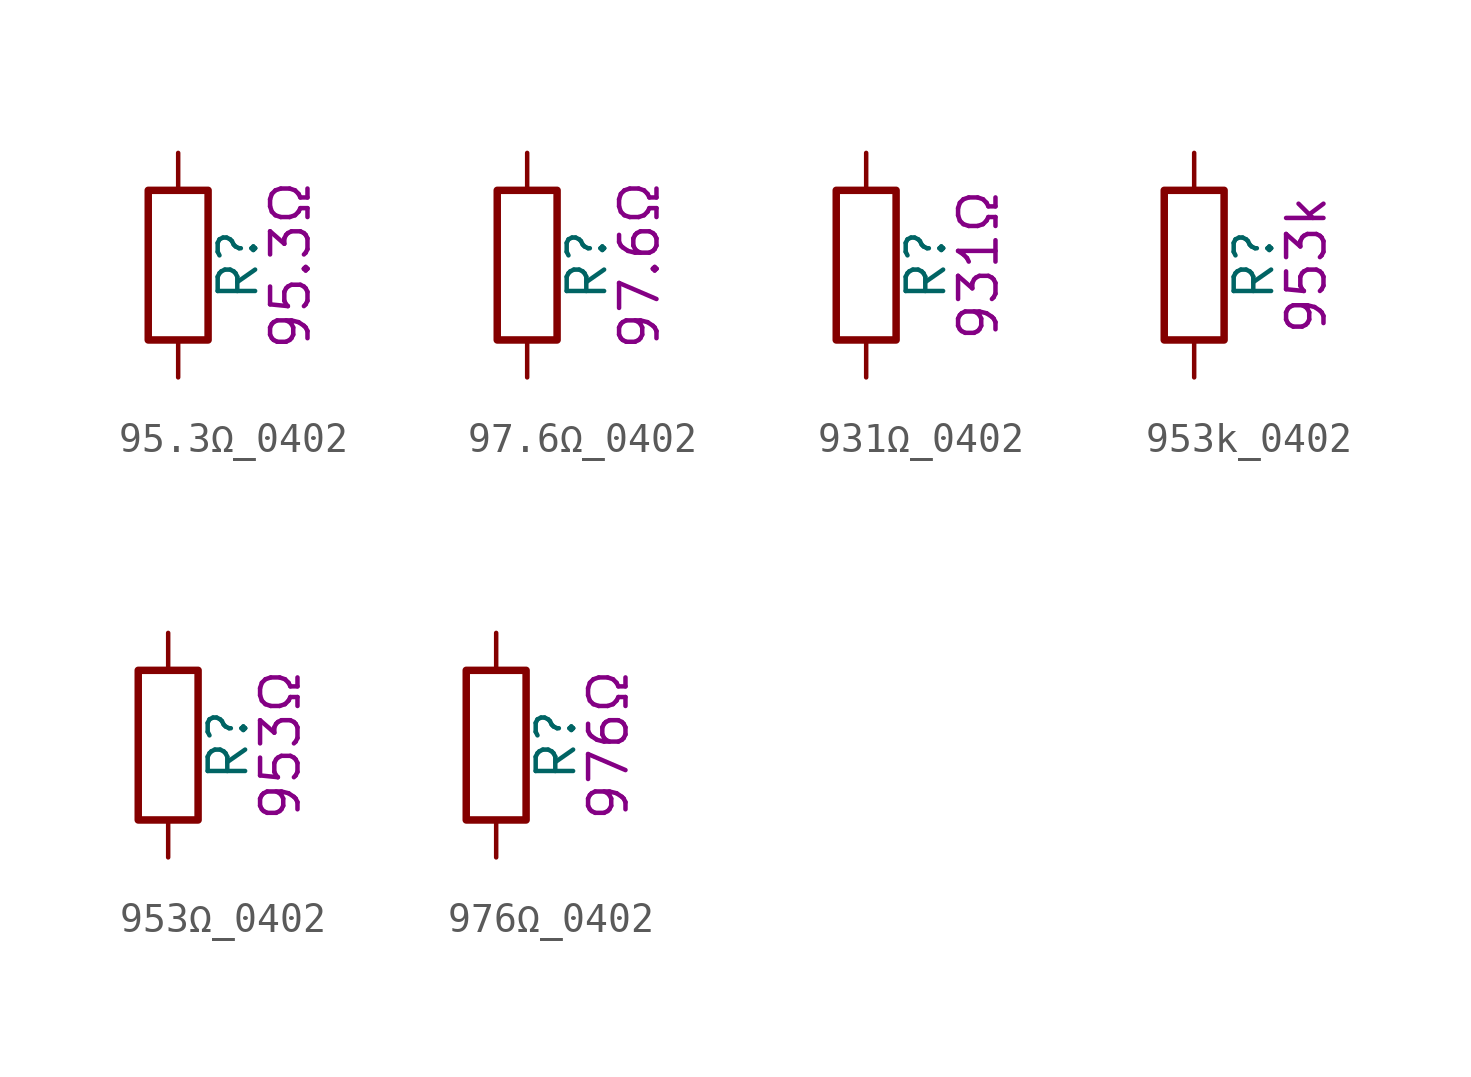
<source format=kicad_sym>
(kicad_symbol_lib
  (version 20211014)
  (generator kicad_symbol_editor)
  (symbol "95.3Ω_0402"
    (pin_numbers hide)
    (pin_names
      (offset 0))
    (property "Reference" "R"
      (at 2.032 0 90)
      (effects (font (size 1.27 1.27))))
    (property "Display" "95.3Ω"
      (at 3.81 0 90)
      (effects (font (size 1.27 1.27))))
    (symbol "95.3Ω_0402_0_1"
      (rectangle (start -1.016 -2.54) (end 1.016 2.54) (stroke (width 0.254) (type default) (color 0 0 0 0)) (fill (type none))))
    (symbol "95.3Ω_0402_1_1"
      (pin passive line (at 0 3.81 270) (length 1.27) (name "~" (effects (font (size 1.27 1.27)))) (number "1" (effects (font (size 1.27 1.27)))))
      (pin passive line (at 0 -3.81 90) (length 1.27) (name "~" (effects (font (size 1.27 1.27)))) (number "2" (effects (font (size 1.27 1.27)))))))
  (symbol "97.6Ω_0402"
    (pin_numbers hide)
    (pin_names
      (offset 0))
    (property "Reference" "R"
      (at 2.032 0 90)
      (effects (font (size 1.27 1.27))))
    (property "Display" "97.6Ω"
      (at 3.81 0 90)
      (effects (font (size 1.27 1.27))))
    (symbol "97.6Ω_0402_0_1"
      (rectangle (start -1.016 -2.54) (end 1.016 2.54) (stroke (width 0.254) (type default) (color 0 0 0 0)) (fill (type none))))
    (symbol "97.6Ω_0402_1_1"
      (pin passive line (at 0 3.81 270) (length 1.27) (name "~" (effects (font (size 1.27 1.27)))) (number "1" (effects (font (size 1.27 1.27)))))
      (pin passive line (at 0 -3.81 90) (length 1.27) (name "~" (effects (font (size 1.27 1.27)))) (number "2" (effects (font (size 1.27 1.27)))))))
  (symbol "931Ω_0402"
    (pin_numbers hide)
    (pin_names
      (offset 0))
    (property "Reference" "R"
      (at 2.032 0 90)
      (effects (font (size 1.27 1.27))))
    (property "Display" "931Ω"
      (at 3.81 0 90)
      (effects (font (size 1.27 1.27))))
    (symbol "931Ω_0402_0_1"
      (rectangle (start -1.016 -2.54) (end 1.016 2.54) (stroke (width 0.254) (type default) (color 0 0 0 0)) (fill (type none))))
    (symbol "931Ω_0402_1_1"
      (pin passive line (at 0 3.81 270) (length 1.27) (name "~" (effects (font (size 1.27 1.27)))) (number "1" (effects (font (size 1.27 1.27)))))
      (pin passive line (at 0 -3.81 90) (length 1.27) (name "~" (effects (font (size 1.27 1.27)))) (number "2" (effects (font (size 1.27 1.27)))))))
  (symbol "953k_0402"
    (pin_numbers hide)
    (pin_names
      (offset 0))
    (property "Reference" "R"
      (at 2.032 0 90)
      (effects (font (size 1.27 1.27))))
    (property "Display" "953k"
      (at 3.81 0 90)
      (effects (font (size 1.27 1.27))))
    (symbol "953k_0402_0_1"
      (rectangle (start -1.016 -2.54) (end 1.016 2.54) (stroke (width 0.254) (type default) (color 0 0 0 0)) (fill (type none))))
    (symbol "953k_0402_1_1"
      (pin passive line (at 0 3.81 270) (length 1.27) (name "~" (effects (font (size 1.27 1.27)))) (number "1" (effects (font (size 1.27 1.27)))))
      (pin passive line (at 0 -3.81 90) (length 1.27) (name "~" (effects (font (size 1.27 1.27)))) (number "2" (effects (font (size 1.27 1.27)))))))
  (symbol "953Ω_0402"
    (pin_numbers hide)
    (pin_names
      (offset 0))
    (property "Reference" "R"
      (at 2.032 0 90)
      (effects (font (size 1.27 1.27))))
    (property "Display" "953Ω"
      (at 3.81 0 90)
      (effects (font (size 1.27 1.27))))
    (symbol "953Ω_0402_0_1"
      (rectangle (start -1.016 -2.54) (end 1.016 2.54) (stroke (width 0.254) (type default) (color 0 0 0 0)) (fill (type none))))
    (symbol "953Ω_0402_1_1"
      (pin passive line (at 0 3.81 270) (length 1.27) (name "~" (effects (font (size 1.27 1.27)))) (number "1" (effects (font (size 1.27 1.27)))))
      (pin passive line (at 0 -3.81 90) (length 1.27) (name "~" (effects (font (size 1.27 1.27)))) (number "2" (effects (font (size 1.27 1.27)))))))
  (symbol "976Ω_0402"
    (pin_numbers hide)
    (pin_names
      (offset 0))
    (property "Reference" "R"
      (at 2.032 0 90)
      (effects (font (size 1.27 1.27))))
    (property "Display" "976Ω"
      (at 3.81 0 90)
      (effects (font (size 1.27 1.27))))
    (symbol "976Ω_0402_0_1"
      (rectangle (start -1.016 -2.54) (end 1.016 2.54) (stroke (width 0.254) (type default) (color 0 0 0 0)) (fill (type none))))
    (symbol "976Ω_0402_1_1"
      (pin passive line (at 0 3.81 270) (length 1.27) (name "~" (effects (font (size 1.27 1.27)))) (number "1" (effects (font (size 1.27 1.27)))))
      (pin passive line (at 0 -3.81 90) (length 1.27) (name "~" (effects (font (size 1.27 1.27)))) (number "2" (effects (font (size 1.27 1.27))))))))
</source>
